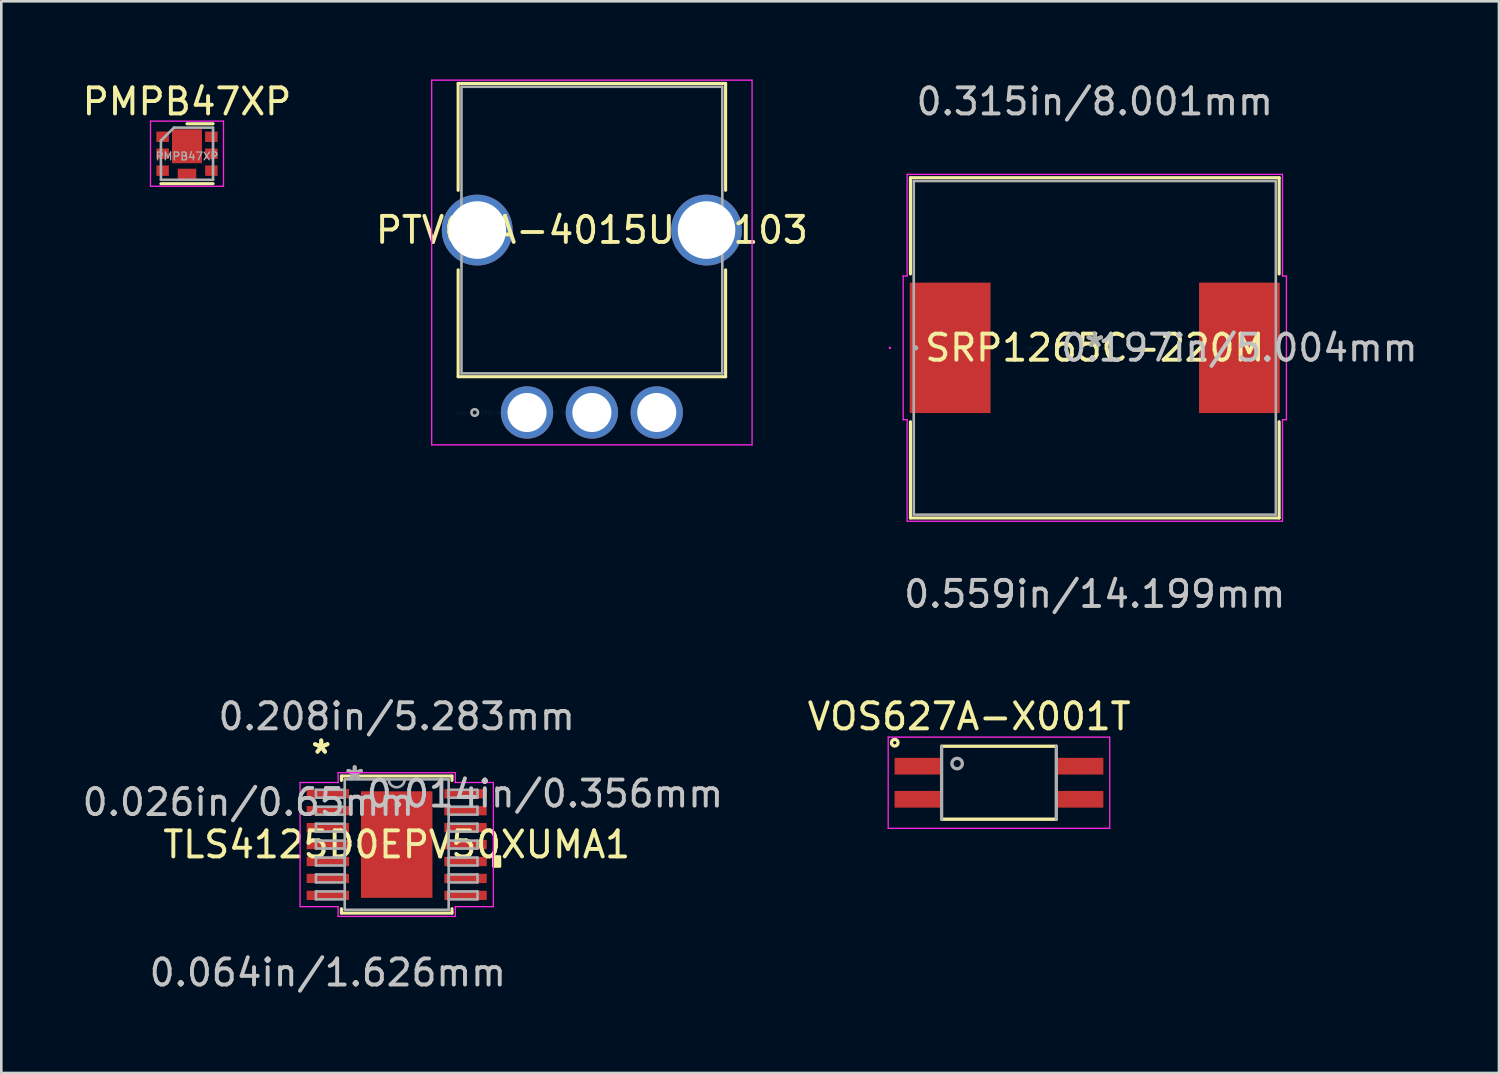
<source format=kicad_pcb>
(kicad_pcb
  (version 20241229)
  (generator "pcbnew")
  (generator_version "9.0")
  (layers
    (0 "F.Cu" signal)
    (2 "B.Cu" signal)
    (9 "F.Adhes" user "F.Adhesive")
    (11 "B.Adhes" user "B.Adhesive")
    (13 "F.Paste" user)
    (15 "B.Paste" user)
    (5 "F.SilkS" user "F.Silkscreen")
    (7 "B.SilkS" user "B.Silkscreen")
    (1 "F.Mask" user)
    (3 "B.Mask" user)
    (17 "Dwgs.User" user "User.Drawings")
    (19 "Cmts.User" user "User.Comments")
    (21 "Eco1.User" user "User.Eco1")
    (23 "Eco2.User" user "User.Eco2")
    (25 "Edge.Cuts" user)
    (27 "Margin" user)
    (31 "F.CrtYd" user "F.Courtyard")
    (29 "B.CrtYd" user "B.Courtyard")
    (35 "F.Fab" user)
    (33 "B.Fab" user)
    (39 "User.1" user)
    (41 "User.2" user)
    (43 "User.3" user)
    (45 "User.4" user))
  (footprint "PMPB47XP"
    (layer "F.Cu")
    (at 4.125 2.848)
    (property "Reference" "PMPB47XP" (at 0 -2 0) (layer "F.SilkS") (effects (font (size 1 1) (thickness 0.15))))
    (attr smd)
    (fp_line (start 1 -1.15) (end 0 -1.15) (stroke (width 0.12) (type solid)) (layer "F.SilkS"))
    (fp_line (start 1 1.15) (end -1 1.15) (stroke (width 0.12) (type solid)) (layer "F.SilkS"))
    (fp_line (start -1.4 -1.25) (end -1.4 1.25) (stroke (width 0.05) (type solid)) (layer "F.CrtYd"))
    (fp_line (start -1.4 1.25) (end 1.4 1.25) (stroke (width 0.05) (type solid)) (layer "F.CrtYd"))
    (fp_line (start 1.4 -1.25) (end -1.4 -1.25) (stroke (width 0.05) (type solid)) (layer "F.CrtYd"))
    (fp_line (start 1.4 1.25) (end 1.4 -1.25) (stroke (width 0.05) (type solid)) (layer "F.CrtYd"))
    (fp_line (start -1 1) (end -1 -0.5) (stroke (width 0.1) (type solid)) (layer "F.Fab"))
    (fp_line (start -0.5 -1) (end -1 -0.5) (stroke (width 0.1) (type solid)) (layer "F.Fab"))
    (fp_line (start -0.5 -1) (end 1 -1) (stroke (width 0.1) (type solid)) (layer "F.Fab"))
    (fp_line (start 1 -1) (end 1 1) (stroke (width 0.1) (type solid)) (layer "F.Fab"))
    (fp_line (start 1 1) (end -1 1) (stroke (width 0.1) (type solid)) (layer "F.Fab"))
    (fp_text user "${REFERENCE}" (at 0 0.1 0) (layer "F.Fab") (effects (font (size 0.3 0.3) (thickness 0.05))))
    (pad "1" smd rect (at -0.935 -0.65) (size 0.48 0.4) (layers "F.Cu" "F.Mask" "F.Paste"))
    (pad "1" smd rect (at -0.935 0) (size 0.48 0.4) (layers "F.Cu" "F.Mask" "F.Paste"))
    (pad "1" smd rect (at 0 -0.285) (size 1.15 1.3) (layers "F.Cu" "F.Mask" "F.Paste"))
    (pad "1" smd rect (at 0.935 -0.65) (size 0.48 0.4) (layers "F.Cu" "F.Mask" "F.Paste"))
    (pad "1" smd rect (at 0.935 0) (size 0.48 0.4) (layers "F.Cu" "F.Mask" "F.Paste"))
    (pad "2" smd rect (at -0.935 0.65) (size 0.48 0.4) (layers "F.Cu" "F.Mask" "F.Paste"))
    (pad "3" smd rect (at 0 0.775) (size 0.71 0.4) (layers "F.Cu" "F.Mask" "F.Paste"))
    (pad "3" smd rect (at 0.935 0.65) (size 0.48 0.4) (layers "F.Cu" "F.Mask" "F.Paste")))
  (footprint "TLS4125D0EPV50XUMA1"
    (layer "F.Cu")
    (at 12.172 29.357)
    (property "Reference" "TLS4125D0EPV50XUMA1" (at 0 0 0) (layer "F.SilkS") (effects (font (size 1 1) (thickness 0.15))))
    (attr through_hole)
    (fp_line (start -2.121 -2.629) (end -2.121 -2.461) (stroke (width 0.12) (type solid)) (layer "F.SilkS"))
    (fp_line (start -2.121 2.461) (end -2.121 2.629) (stroke (width 0.12) (type solid)) (layer "F.SilkS"))
    (fp_line (start -2.121 2.629) (end 2.121 2.629) (stroke (width 0.12) (type solid)) (layer "F.SilkS"))
    (fp_line (start 2.121 -2.629) (end -2.121 -2.629) (stroke (width 0.12) (type solid)) (layer "F.SilkS"))
    (fp_line (start 2.121 -2.461) (end 2.121 -2.629) (stroke (width 0.12) (type solid)) (layer "F.SilkS"))
    (fp_line (start 2.121 2.629) (end 2.121 2.461) (stroke (width 0.12) (type solid)) (layer "F.SilkS"))
    (fp_poly (pts (xy 3.962 0.459) (xy 3.962 0.84) (xy 3.708 0.84) (xy 3.708 0.459)) (stroke (width 0.1) (type solid)) (fill yes) (layer "F.SilkS"))
    (fp_line (start -3.708 -2.382) (end -2.248 -2.382) (stroke (width 0.05) (type solid)) (layer "F.CrtYd"))
    (fp_line (start -3.708 2.382) (end -3.708 -2.382) (stroke (width 0.05) (type solid)) (layer "F.CrtYd"))
    (fp_line (start -2.248 -2.756) (end 2.248 -2.756) (stroke (width 0.05) (type solid)) (layer "F.CrtYd"))
    (fp_line (start -2.248 -2.382) (end -2.248 -2.756) (stroke (width 0.05) (type solid)) (layer "F.CrtYd"))
    (fp_line (start -2.248 2.382) (end -3.708 2.382) (stroke (width 0.05) (type solid)) (layer "F.CrtYd"))
    (fp_line (start -2.248 2.756) (end -2.248 2.382) (stroke (width 0.05) (type solid)) (layer "F.CrtYd"))
    (fp_line (start 2.248 -2.756) (end 2.248 -2.382) (stroke (width 0.05) (type solid)) (layer "F.CrtYd"))
    (fp_line (start 2.248 -2.382) (end 3.708 -2.382) (stroke (width 0.05) (type solid)) (layer "F.CrtYd"))
    (fp_line (start 2.248 2.382) (end 2.248 2.756) (stroke (width 0.05) (type solid)) (layer "F.CrtYd"))
    (fp_line (start 2.248 2.756) (end -2.248 2.756) (stroke (width 0.05) (type solid)) (layer "F.CrtYd"))
    (fp_line (start 3.708 -2.382) (end 3.708 2.382) (stroke (width 0.05) (type solid)) (layer "F.CrtYd"))
    (fp_line (start 3.708 2.382) (end 2.248 2.382) (stroke (width 0.05) (type solid)) (layer "F.CrtYd"))
    (fp_line (start -3.099 -2.102) (end -3.099 -1.798) (stroke (width 0.1) (type solid)) (layer "F.Fab"))
    (fp_line (start -3.099 -1.798) (end -1.994 -1.798) (stroke (width 0.1) (type solid)) (layer "F.Fab"))
    (fp_line (start -3.099 -1.452) (end -3.099 -1.148) (stroke (width 0.1) (type solid)) (layer "F.Fab"))
    (fp_line (start -3.099 -1.148) (end -1.994 -1.148) (stroke (width 0.1) (type solid)) (layer "F.Fab"))
    (fp_line (start -3.099 -0.802) (end -3.099 -0.498) (stroke (width 0.1) (type solid)) (layer "F.Fab"))
    (fp_line (start -3.099 -0.498) (end -1.994 -0.498) (stroke (width 0.1) (type solid)) (layer "F.Fab"))
    (fp_line (start -3.099 -0.152) (end -3.099 0.152) (stroke (width 0.1) (type solid)) (layer "F.Fab"))
    (fp_line (start -3.099 0.152) (end -1.994 0.152) (stroke (width 0.1) (type solid)) (layer "F.Fab"))
    (fp_line (start -3.099 0.498) (end -3.099 0.802) (stroke (width 0.1) (type solid)) (layer "F.Fab"))
    (fp_line (start -3.099 0.802) (end -1.994 0.802) (stroke (width 0.1) (type solid)) (layer "F.Fab"))
    (fp_line (start -3.099 1.148) (end -3.099 1.452) (stroke (width 0.1) (type solid)) (layer "F.Fab"))
    (fp_line (start -3.099 1.452) (end -1.994 1.452) (stroke (width 0.1) (type solid)) (layer "F.Fab"))
    (fp_line (start -3.099 1.798) (end -3.099 2.102) (stroke (width 0.1) (type solid)) (layer "F.Fab"))
    (fp_line (start -3.099 2.102) (end -1.994 2.102) (stroke (width 0.1) (type solid)) (layer "F.Fab"))
    (fp_line (start -1.994 -2.502) (end -1.994 2.502) (stroke (width 0.1) (type solid)) (layer "F.Fab"))
    (fp_line (start -1.994 -2.102) (end -3.099 -2.102) (stroke (width 0.1) (type solid)) (layer "F.Fab"))
    (fp_line (start -1.994 -1.798) (end -1.994 -2.102) (stroke (width 0.1) (type solid)) (layer "F.Fab"))
    (fp_line (start -1.994 -1.452) (end -3.099 -1.452) (stroke (width 0.1) (type solid)) (layer "F.Fab"))
    (fp_line (start -1.994 -1.148) (end -1.994 -1.452) (stroke (width 0.1) (type solid)) (layer "F.Fab"))
    (fp_line (start -1.994 -0.802) (end -3.099 -0.802) (stroke (width 0.1) (type solid)) (layer "F.Fab"))
    (fp_line (start -1.994 -0.498) (end -1.994 -0.802) (stroke (width 0.1) (type solid)) (layer "F.Fab"))
    (fp_line (start -1.994 -0.152) (end -3.099 -0.152) (stroke (width 0.1) (type solid)) (layer "F.Fab"))
    (fp_line (start -1.994 0.152) (end -1.994 -0.152) (stroke (width 0.1) (type solid)) (layer "F.Fab"))
    (fp_line (start -1.994 0.498) (end -3.099 0.498) (stroke (width 0.1) (type solid)) (layer "F.Fab"))
    (fp_line (start -1.994 0.802) (end -1.994 0.498) (stroke (width 0.1) (type solid)) (layer "F.Fab"))
    (fp_line (start -1.994 1.148) (end -3.099 1.148) (stroke (width 0.1) (type solid)) (layer "F.Fab"))
    (fp_line (start -1.994 1.452) (end -1.994 1.148) (stroke (width 0.1) (type solid)) (layer "F.Fab"))
    (fp_line (start -1.994 1.798) (end -3.099 1.798) (stroke (width 0.1) (type solid)) (layer "F.Fab"))
    (fp_line (start -1.994 2.102) (end -1.994 1.798) (stroke (width 0.1) (type solid)) (layer "F.Fab"))
    (fp_line (start -1.994 2.502) (end 1.994 2.502) (stroke (width 0.1) (type solid)) (layer "F.Fab"))
    (fp_line (start 1.994 -2.502) (end -1.994 -2.502) (stroke (width 0.1) (type solid)) (layer "F.Fab"))
    (fp_line (start 1.994 -2.102) (end 1.994 -1.798) (stroke (width 0.1) (type solid)) (layer "F.Fab"))
    (fp_line (start 1.994 -1.798) (end 3.099 -1.798) (stroke (width 0.1) (type solid)) (layer "F.Fab"))
    (fp_line (start 1.994 -1.452) (end 1.994 -1.148) (stroke (width 0.1) (type solid)) (layer "F.Fab"))
    (fp_line (start 1.994 -1.148) (end 3.099 -1.148) (stroke (width 0.1) (type solid)) (layer "F.Fab"))
    (fp_line (start 1.994 -0.802) (end 1.994 -0.498) (stroke (width 0.1) (type solid)) (layer "F.Fab"))
    (fp_line (start 1.994 -0.498) (end 3.099 -0.498) (stroke (width 0.1) (type solid)) (layer "F.Fab"))
    (fp_line (start 1.994 -0.152) (end 1.994 0.152) (stroke (width 0.1) (type solid)) (layer "F.Fab"))
    (fp_line (start 1.994 0.152) (end 3.099 0.152) (stroke (width 0.1) (type solid)) (layer "F.Fab"))
    (fp_line (start 1.994 0.498) (end 1.994 0.802) (stroke (width 0.1) (type solid)) (layer "F.Fab"))
    (fp_line (start 1.994 0.802) (end 3.099 0.802) (stroke (width 0.1) (type solid)) (layer "F.Fab"))
    (fp_line (start 1.994 1.148) (end 1.994 1.452) (stroke (width 0.1) (type solid)) (layer "F.Fab"))
    (fp_line (start 1.994 1.452) (end 3.099 1.452) (stroke (width 0.1) (type solid)) (layer "F.Fab"))
    (fp_line (start 1.994 1.798) (end 1.994 2.102) (stroke (width 0.1) (type solid)) (layer "F.Fab"))
    (fp_line (start 1.994 2.102) (end 3.099 2.102) (stroke (width 0.1) (type solid)) (layer "F.Fab"))
    (fp_line (start 1.994 2.502) (end 1.994 -2.502) (stroke (width 0.1) (type solid)) (layer "F.Fab"))
    (fp_line (start 3.099 -2.102) (end 1.994 -2.102) (stroke (width 0.1) (type solid)) (layer "F.Fab"))
    (fp_line (start 3.099 -1.798) (end 3.099 -2.102) (stroke (width 0.1) (type solid)) (layer "F.Fab"))
    (fp_line (start 3.099 -1.452) (end 1.994 -1.452) (stroke (width 0.1) (type solid)) (layer "F.Fab"))
    (fp_line (start 3.099 -1.148) (end 3.099 -1.452) (stroke (width 0.1) (type solid)) (layer "F.Fab"))
    (fp_line (start 3.099 -0.802) (end 1.994 -0.802) (stroke (width 0.1) (type solid)) (layer "F.Fab"))
    (fp_line (start 3.099 -0.498) (end 3.099 -0.802) (stroke (width 0.1) (type solid)) (layer "F.Fab"))
    (fp_line (start 3.099 -0.152) (end 1.994 -0.152) (stroke (width 0.1) (type solid)) (layer "F.Fab"))
    (fp_line (start 3.099 0.152) (end 3.099 -0.152) (stroke (width 0.1) (type solid)) (layer "F.Fab"))
    (fp_line (start 3.099 0.498) (end 1.994 0.498) (stroke (width 0.1) (type solid)) (layer "F.Fab"))
    (fp_line (start 3.099 0.802) (end 3.099 0.498) (stroke (width 0.1) (type solid)) (layer "F.Fab"))
    (fp_line (start 3.099 1.148) (end 1.994 1.148) (stroke (width 0.1) (type solid)) (layer "F.Fab"))
    (fp_line (start 3.099 1.452) (end 3.099 1.148) (stroke (width 0.1) (type solid)) (layer "F.Fab"))
    (fp_line (start 3.099 1.798) (end 1.994 1.798) (stroke (width 0.1) (type solid)) (layer "F.Fab"))
    (fp_line (start 3.099 2.102) (end 3.099 1.798) (stroke (width 0.1) (type solid)) (layer "F.Fab"))
    (fp_arc (start 0.3048 -2.5019) (mid 0 -2.1971) (end -0.3048 -2.5019) (stroke (width 0.1) (type solid)) (layer "F.Fab"))
    (fp_text user "*" (at -2.896 -3.449 0) (layer "F.SilkS") (effects (font (size 1 1) (thickness 0.15))))
    (fp_text user "*" (at -2.896 -3.449 0) (layer "F.SilkS") (effects (font (size 1 1) (thickness 0.15))))
    (fp_text user "0.208in/5.283mm" (at 0 -4.915 0) (layer "Dwgs.User") (effects (font (size 1 1) (thickness 0.15))))
    (fp_text user "0.014in/0.356mm" (at 5.69 -1.95 0) (layer "Dwgs.User") (effects (font (size 1 1) (thickness 0.15))))
    (fp_text user "0.064in/1.626mm" (at -2.642 4.915 0) (layer "Dwgs.User") (effects (font (size 1 1) (thickness 0.15))))
    (fp_text user "0.026in/0.65mm" (at -5.69 -1.625 0) (layer "Dwgs.User") (effects (font (size 1 1) (thickness 0.15))))
    (fp_text user "Copyright 2021 Accelerated Designs. All rights reserved." (at 0 0 0) (layer "Cmts.User") (effects (font (size 0.127 0.127) (thickness 0.002))))
    (fp_text user "*" (at -1.613 -2.426 0) (layer "F.Fab") (effects (font (size 1 1) (thickness 0.15))))
    (fp_text user "*" (at -1.613 -2.426 0) (layer "F.Fab") (effects (font (size 1 1) (thickness 0.15))))
    (pad "1" smd rect (at -2.642 -1.95) (size 1.626 0.356) (layers "F.Cu" "F.Mask" "F.Paste"))
    (pad "2" smd rect (at -2.642 -1.3) (size 1.626 0.356) (layers "F.Cu" "F.Mask" "F.Paste"))
    (pad "3" smd rect (at -2.642 -0.65) (size 1.626 0.356) (layers "F.Cu" "F.Mask" "F.Paste"))
    (pad "4" smd rect (at -2.642 0) (size 1.626 0.356) (layers "F.Cu" "F.Mask" "F.Paste"))
    (pad "5" smd rect (at -2.642 0.65) (size 1.626 0.356) (layers "F.Cu" "F.Mask" "F.Paste"))
    (pad "6" smd rect (at -2.642 1.3) (size 1.626 0.356) (layers "F.Cu" "F.Mask" "F.Paste"))
    (pad "7" smd rect (at -2.642 1.95) (size 1.626 0.356) (layers "F.Cu" "F.Mask" "F.Paste"))
    (pad "8" smd rect (at 2.642 1.95) (size 1.626 0.356) (layers "F.Cu" "F.Mask" "F.Paste"))
    (pad "9" smd rect (at 2.642 1.3) (size 1.626 0.356) (layers "F.Cu" "F.Mask" "F.Paste"))
    (pad "10" smd rect (at 2.642 0.65) (size 1.626 0.356) (layers "F.Cu" "F.Mask" "F.Paste"))
    (pad "11" smd rect (at 2.642 0) (size 1.626 0.356) (layers "F.Cu" "F.Mask" "F.Paste"))
    (pad "12" smd rect (at 2.642 -0.65) (size 1.626 0.356) (layers "F.Cu" "F.Mask" "F.Paste"))
    (pad "13" smd rect (at 2.642 -1.3) (size 1.626 0.356) (layers "F.Cu" "F.Mask" "F.Paste"))
    (pad "14" smd rect (at 2.642 -1.95) (size 1.626 0.356) (layers "F.Cu" "F.Mask" "F.Paste"))
    (pad "15" smd rect (at 0 0) (size 2.743 4.089) (layers "F.Cu" "F.Mask" "F.Paste")))
  (footprint "PTV09A-4015U-B103"
    (layer "F.Cu")
    (at 17.172 12.778)
    (property "Reference" "PTV09A-4015U-B103" (at 2.489 -7 0) (layer "F.SilkS") (effects (font (size 1 1) (thickness 0.15))))
    (attr through_hole)
    (fp_line (start -2.642 -12.626) (end 7.62 -12.626) (stroke (width 0.12) (type solid)) (layer "F.SilkS"))
    (fp_line (start -2.642 -8.526) (end -2.642 -12.626) (stroke (width 0.12) (type solid)) (layer "F.SilkS"))
    (fp_line (start -2.642 -1.374) (end -2.642 -5.474) (stroke (width 0.12) (type solid)) (layer "F.SilkS"))
    (fp_line (start 7.62 -12.626) (end 7.62 -8.526) (stroke (width 0.12) (type solid)) (layer "F.SilkS"))
    (fp_line (start 7.62 -5.474) (end 7.62 -1.374) (stroke (width 0.12) (type solid)) (layer "F.SilkS"))
    (fp_line (start 7.62 -1.374) (end -2.642 -1.374) (stroke (width 0.12) (type solid)) (layer "F.SilkS"))
    (fp_line (start -3.658 -12.753) (end 8.636 -12.753) (stroke (width 0.05) (type solid)) (layer "F.CrtYd"))
    (fp_line (start -3.658 1.242) (end -3.658 -12.753) (stroke (width 0.05) (type solid)) (layer "F.CrtYd"))
    (fp_line (start 8.636 -12.753) (end 8.636 1.242) (stroke (width 0.05) (type solid)) (layer "F.CrtYd"))
    (fp_line (start 8.636 1.242) (end -3.658 1.242) (stroke (width 0.05) (type solid)) (layer "F.CrtYd"))
    (fp_line (start -2.515 -12.499) (end 7.493 -12.499) (stroke (width 0.1) (type solid)) (layer "F.Fab"))
    (fp_line (start -2.515 -1.501) (end -2.515 -12.499) (stroke (width 0.1) (type solid)) (layer "F.Fab"))
    (fp_line (start 7.493 -12.499) (end 7.493 -1.501) (stroke (width 0.1) (type solid)) (layer "F.Fab"))
    (fp_line (start 7.493 -1.501) (end -2.515 -1.501) (stroke (width 0.1) (type solid)) (layer "F.Fab"))
    (fp_circle (center -2.007 0) (end -1.88 0) (stroke (width 0.1) (type solid)) (fill no) (layer "F.Fab"))
    (fp_text user "*" (at 0 0 0) (layer "F.SilkS") (effects (font (size 1 1) (thickness 0.15))))
    (fp_text user "Copyright 2021 Accelerated Designs. All rights reserved." (at 0 0 0) (layer "Cmts.User") (effects (font (size 0.127 0.127) (thickness 0.002))))
    (fp_text user "*" (at 0 0 0) (layer "F.Fab") (effects (font (size 1 1) (thickness 0.15))))
    (pad "1" thru_hole circle (at 0 0) (size 2.007 2.007) (drill 1.499) (layers "*.Cu" "*.Mask"))
    (pad "2" thru_hole circle (at 2.489 0) (size 2.007 2.007) (drill 1.499) (layers "*.Cu" "*.Mask"))
    (pad "3" thru_hole circle (at 4.978 0) (size 2.007 2.007) (drill 1.499) (layers "*.Cu" "*.Mask"))
    (pad "4" thru_hole circle (at -1.911 -7) (size 2.718 2.718) (drill 2.21) (layers "*.Cu" "*.Mask"))
    (pad "5" thru_hole circle (at 6.889 -7) (size 2.718 2.718) (drill 2.21) (layers "*.Cu" "*.Mask")))
  (footprint "VOS627A-X001T"
    (layer "F.Cu")
    (at 35.281 26.984)
    (property "Reference" "VOS627A-X001T" (at -1.143 -2.541 0) (layer "F.SilkS") (effects (font (size 1 1) (thickness 0.15))))
    (attr through_hole)
    (fp_line (start -2.2 1.4) (end 2.2 1.4) (stroke (width 0.127) (type solid)) (layer "F.SilkS"))
    (fp_line (start 2.2 -1.4) (end -2.2 -1.4) (stroke (width 0.127) (type solid)) (layer "F.SilkS"))
    (fp_circle (center -3.999 -1.535) (end -3.872 -1.535) (stroke (width 0.127) (type solid)) (fill no) (layer "F.SilkS"))
    (fp_line (start -4.25 -1.75) (end 4.25 -1.75) (stroke (width 0.05) (type solid)) (layer "F.CrtYd"))
    (fp_line (start -4.25 1.75) (end -4.25 -1.75) (stroke (width 0.05) (type solid)) (layer "F.CrtYd"))
    (fp_line (start 4.25 -1.75) (end 4.25 1.75) (stroke (width 0.05) (type solid)) (layer "F.CrtYd"))
    (fp_line (start 4.25 1.75) (end -4.25 1.75) (stroke (width 0.05) (type solid)) (layer "F.CrtYd"))
    (fp_line (start -2.2 -1.4) (end -2.2 1.4) (stroke (width 0.127) (type solid)) (layer "F.Fab"))
    (fp_line (start 2.2 1.4) (end 2.2 -1.4) (stroke (width 0.127) (type solid)) (layer "F.Fab"))
    (fp_circle (center -1.605 -0.735) (end -1.405 -0.735) (stroke (width 0.127) (type solid)) (fill no) (layer "F.Fab"))
    (pad "1" smd rect (at -3.085 -0.635) (size 1.84 0.64) (layers "F.Cu" "F.Mask" "F.Paste"))
    (pad "2" smd rect (at -3.085 0.635) (size 1.84 0.64) (layers "F.Cu" "F.Mask" "F.Paste"))
    (pad "3" smd rect (at 3.085 0.635) (size 1.84 0.64) (layers "F.Cu" "F.Mask" "F.Paste"))
    (pad "4" smd rect (at 3.085 -0.635) (size 1.84 0.64) (layers "F.Cu" "F.Mask" "F.Paste")))
  (footprint "SRP1265C-220M"
    (layer "F.Cu")
    (at 38.958 10.297)
    (property "Reference" "SRP1265C-220M" (at 0 0 0) (layer "F.SilkS") (effects (font (size 1 1) (thickness 0.15))))
    (attr through_hole)
    (fp_line (start -7.074 -6.528) (end -7.074 -2.835) (stroke (width 0.12) (type solid)) (layer "F.SilkS"))
    (fp_line (start -7.074 2.835) (end -7.074 6.528) (stroke (width 0.12) (type solid)) (layer "F.SilkS"))
    (fp_line (start -7.074 6.528) (end 7.074 6.528) (stroke (width 0.12) (type solid)) (layer "F.SilkS"))
    (fp_line (start 7.074 -6.528) (end -7.074 -6.528) (stroke (width 0.12) (type solid)) (layer "F.SilkS"))
    (fp_line (start 7.074 -2.835) (end 7.074 -6.528) (stroke (width 0.12) (type solid)) (layer "F.SilkS"))
    (fp_line (start 7.074 6.528) (end 7.074 2.835) (stroke (width 0.12) (type solid)) (layer "F.SilkS"))
    (fp_line (start -7.353 -2.756) (end -7.201 -2.756) (stroke (width 0.05) (type solid)) (layer "F.CrtYd"))
    (fp_line (start -7.353 2.756) (end -7.353 -2.756) (stroke (width 0.05) (type solid)) (layer "F.CrtYd"))
    (fp_line (start -7.201 -6.655) (end 7.201 -6.655) (stroke (width 0.05) (type solid)) (layer "F.CrtYd"))
    (fp_line (start -7.201 -2.756) (end -7.201 -6.655) (stroke (width 0.05) (type solid)) (layer "F.CrtYd"))
    (fp_line (start -7.201 2.756) (end -7.353 2.756) (stroke (width 0.05) (type solid)) (layer "F.CrtYd"))
    (fp_line (start -7.201 6.655) (end -7.201 2.756) (stroke (width 0.05) (type solid)) (layer "F.CrtYd"))
    (fp_line (start 7.201 -6.655) (end 7.201 -2.756) (stroke (width 0.05) (type solid)) (layer "F.CrtYd"))
    (fp_line (start 7.201 -2.756) (end 7.353 -2.756) (stroke (width 0.05) (type solid)) (layer "F.CrtYd"))
    (fp_line (start 7.201 2.756) (end 7.201 6.655) (stroke (width 0.05) (type solid)) (layer "F.CrtYd"))
    (fp_line (start 7.201 6.655) (end -7.201 6.655) (stroke (width 0.05) (type solid)) (layer "F.CrtYd"))
    (fp_line (start 7.353 -2.756) (end 7.353 2.756) (stroke (width 0.05) (type solid)) (layer "F.CrtYd"))
    (fp_line (start 7.353 2.756) (end 7.201 2.756) (stroke (width 0.05) (type solid)) (layer "F.CrtYd"))
    (fp_circle (center -7.861 0) (end -7.861 0) (stroke (width 0.05) (type solid)) (fill no) (layer "F.CrtYd"))
    (fp_line (start -6.947 -6.401) (end -6.947 6.401) (stroke (width 0.1) (type solid)) (layer "F.Fab"))
    (fp_line (start -6.947 6.401) (end 6.947 6.401) (stroke (width 0.1) (type solid)) (layer "F.Fab"))
    (fp_line (start 6.947 -6.401) (end -6.947 -6.401) (stroke (width 0.1) (type solid)) (layer "F.Fab"))
    (fp_line (start 6.947 6.401) (end 6.947 -6.401) (stroke (width 0.1) (type solid)) (layer "F.Fab"))
    (fp_circle (center -6.871 0) (end -6.871 0) (stroke (width 0.1) (type solid)) (fill no) (layer "F.Fab"))
    (fp_text user "*" (at 0 0 0) (layer "F.SilkS") (effects (font (size 1 1) (thickness 0.15))))
    (fp_text user "0.559in/14.199mm" (at 0 9.449 0) (layer "Dwgs.User") (effects (font (size 1 1) (thickness 0.15))))
    (fp_text user "0.315in/8.001mm" (at 0 -9.449 0) (layer "Dwgs.User") (effects (font (size 1 1) (thickness 0.15))))
    (fp_text user "0.197in/5.004mm" (at 5.55 0 0) (layer "Dwgs.User") (effects (font (size 1 1) (thickness 0.15))))
    (fp_text user "Copyright 2021 Accelerated Designs. All rights reserved." (at 0 0 0) (layer "Cmts.User") (effects (font (size 0.127 0.127) (thickness 0.002))))
    (fp_text user "*" (at 0 0 0) (layer "F.Fab") (effects (font (size 1 1) (thickness 0.15))))
    (pad "1" smd rect (at -5.55 0) (size 3.099 5.004) (layers "F.Cu" "F.Mask" "F.Paste"))
    (pad "2" smd rect (at 5.55 0) (size 3.099 5.004) (layers "F.Cu" "F.Mask" "F.Paste")))
  (gr_rect
    (start -3 -3)
    (end 54.466 38.12)
    (stroke (width 0.1) (type default))
    (fill no)
    (layer "Edge.Cuts")))
</source>
